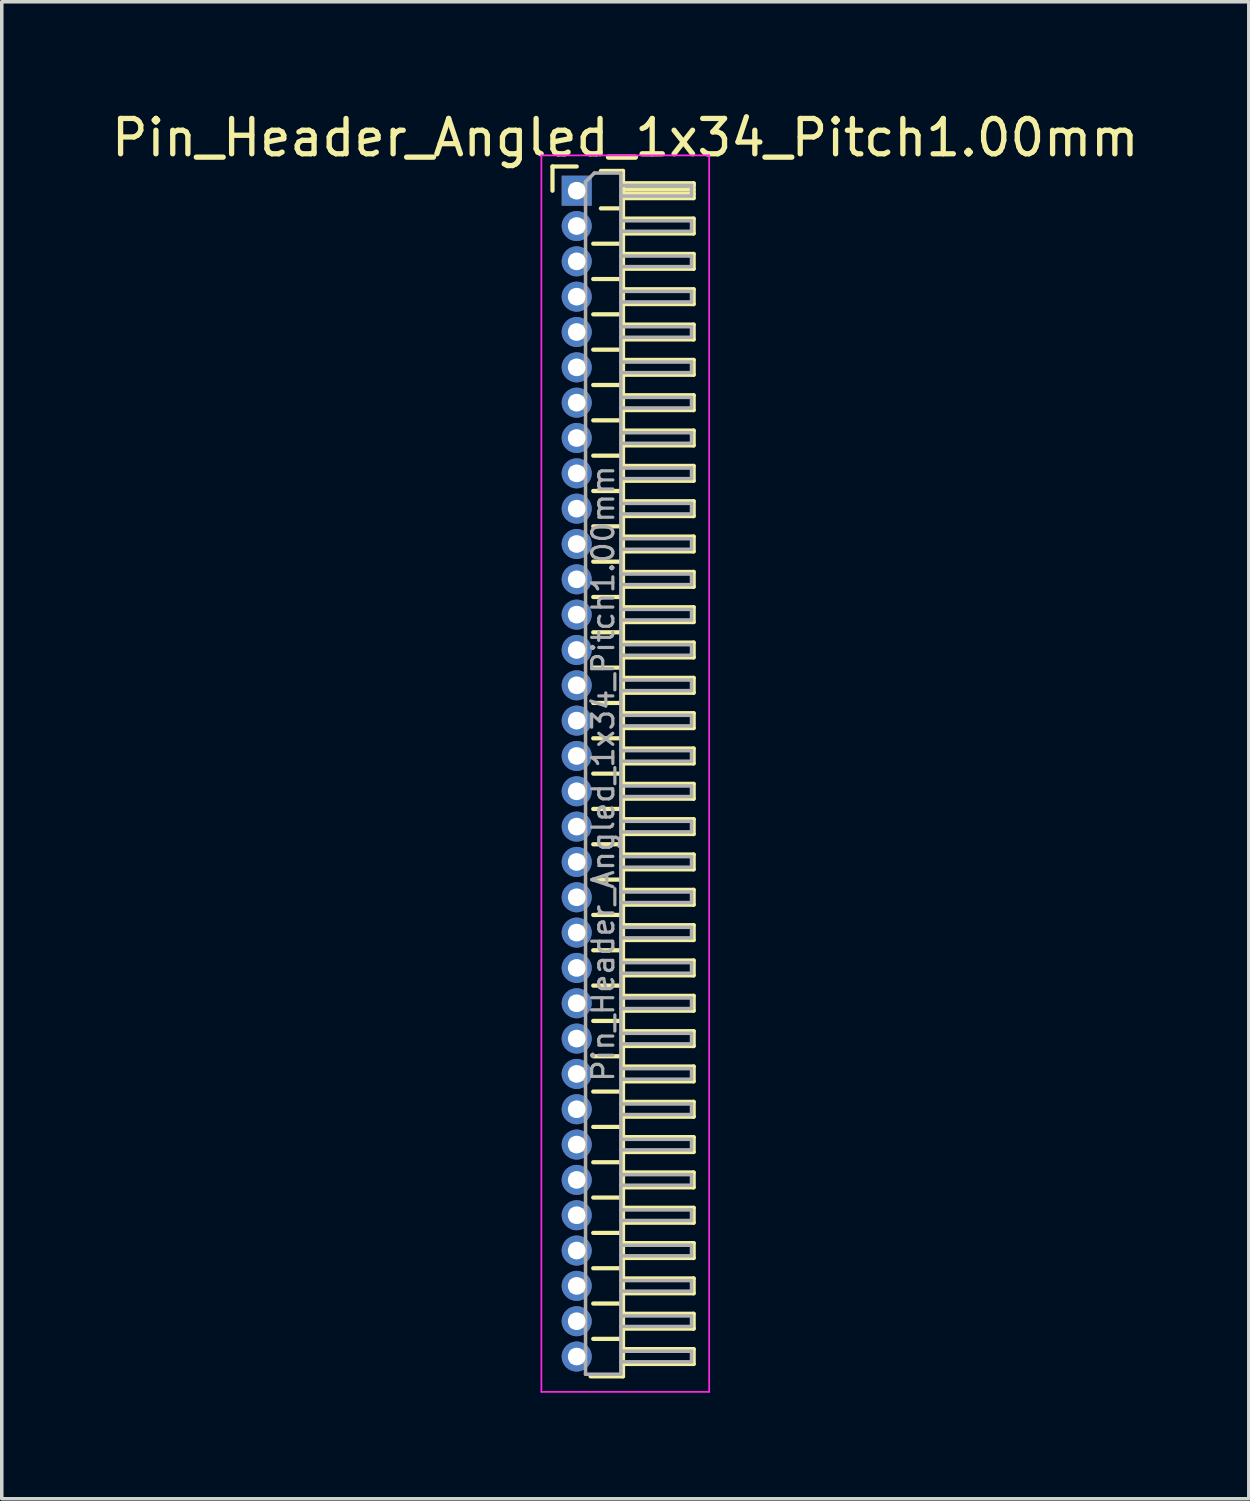
<source format=kicad_pcb>
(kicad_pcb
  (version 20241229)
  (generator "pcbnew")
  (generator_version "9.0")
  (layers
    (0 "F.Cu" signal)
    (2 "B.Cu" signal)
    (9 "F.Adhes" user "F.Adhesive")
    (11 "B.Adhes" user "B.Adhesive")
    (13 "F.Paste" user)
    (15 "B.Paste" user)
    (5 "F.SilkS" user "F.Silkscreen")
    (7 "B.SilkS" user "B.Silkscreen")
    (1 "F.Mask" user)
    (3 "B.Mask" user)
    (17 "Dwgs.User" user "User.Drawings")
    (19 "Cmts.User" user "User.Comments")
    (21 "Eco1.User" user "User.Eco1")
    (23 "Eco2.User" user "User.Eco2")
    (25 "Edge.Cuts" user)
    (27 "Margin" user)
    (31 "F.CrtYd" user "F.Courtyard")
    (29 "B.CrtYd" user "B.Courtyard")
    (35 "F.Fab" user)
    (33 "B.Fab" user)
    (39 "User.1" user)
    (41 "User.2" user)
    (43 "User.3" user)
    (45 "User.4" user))
  (footprint "Pin_Header_Angled_1x34_Pitch1.00mm"
    (layer "F.Cu")
    (at 13.274 2.348)
    (property "Reference" "Pin_Header_Angled_1x34_Pitch1.00mm" (at 1.375 -1.5 0) (layer "F.SilkS") (effects (font (size 1 1) (thickness 0.15))))
    (attr through_hole)
    (fp_line (start -0.685 -0.685) (end 0 -0.685) (stroke (width 0.12) (type solid)) (layer "F.SilkS"))
    (fp_line (start -0.685 0) (end -0.685 -0.685) (stroke (width 0.12) (type solid)) (layer "F.SilkS"))
    (fp_line (start 0.468 1.5) (end 1.31 1.5) (stroke (width 0.12) (type solid)) (layer "F.SilkS"))
    (fp_line (start 0.468 2.5) (end 1.31 2.5) (stroke (width 0.12) (type solid)) (layer "F.SilkS"))
    (fp_line (start 0.468 3.5) (end 1.31 3.5) (stroke (width 0.12) (type solid)) (layer "F.SilkS"))
    (fp_line (start 0.468 4.5) (end 1.31 4.5) (stroke (width 0.12) (type solid)) (layer "F.SilkS"))
    (fp_line (start 0.468 5.5) (end 1.31 5.5) (stroke (width 0.12) (type solid)) (layer "F.SilkS"))
    (fp_line (start 0.468 6.5) (end 1.31 6.5) (stroke (width 0.12) (type solid)) (layer "F.SilkS"))
    (fp_line (start 0.468 7.5) (end 1.31 7.5) (stroke (width 0.12) (type solid)) (layer "F.SilkS"))
    (fp_line (start 0.468 8.5) (end 1.31 8.5) (stroke (width 0.12) (type solid)) (layer "F.SilkS"))
    (fp_line (start 0.468 9.5) (end 1.31 9.5) (stroke (width 0.12) (type solid)) (layer "F.SilkS"))
    (fp_line (start 0.468 10.5) (end 1.31 10.5) (stroke (width 0.12) (type solid)) (layer "F.SilkS"))
    (fp_line (start 0.468 11.5) (end 1.31 11.5) (stroke (width 0.12) (type solid)) (layer "F.SilkS"))
    (fp_line (start 0.468 12.5) (end 1.31 12.5) (stroke (width 0.12) (type solid)) (layer "F.SilkS"))
    (fp_line (start 0.468 13.5) (end 1.31 13.5) (stroke (width 0.12) (type solid)) (layer "F.SilkS"))
    (fp_line (start 0.468 14.5) (end 1.31 14.5) (stroke (width 0.12) (type solid)) (layer "F.SilkS"))
    (fp_line (start 0.468 15.5) (end 1.31 15.5) (stroke (width 0.12) (type solid)) (layer "F.SilkS"))
    (fp_line (start 0.468 16.5) (end 1.31 16.5) (stroke (width 0.12) (type solid)) (layer "F.SilkS"))
    (fp_line (start 0.468 17.5) (end 1.31 17.5) (stroke (width 0.12) (type solid)) (layer "F.SilkS"))
    (fp_line (start 0.468 18.5) (end 1.31 18.5) (stroke (width 0.12) (type solid)) (layer "F.SilkS"))
    (fp_line (start 0.468 19.5) (end 1.31 19.5) (stroke (width 0.12) (type solid)) (layer "F.SilkS"))
    (fp_line (start 0.468 20.5) (end 1.31 20.5) (stroke (width 0.12) (type solid)) (layer "F.SilkS"))
    (fp_line (start 0.468 21.5) (end 1.31 21.5) (stroke (width 0.12) (type solid)) (layer "F.SilkS"))
    (fp_line (start 0.468 22.5) (end 1.31 22.5) (stroke (width 0.12) (type solid)) (layer "F.SilkS"))
    (fp_line (start 0.468 23.5) (end 1.31 23.5) (stroke (width 0.12) (type solid)) (layer "F.SilkS"))
    (fp_line (start 0.468 24.5) (end 1.31 24.5) (stroke (width 0.12) (type solid)) (layer "F.SilkS"))
    (fp_line (start 0.468 25.5) (end 1.31 25.5) (stroke (width 0.12) (type solid)) (layer "F.SilkS"))
    (fp_line (start 0.468 26.5) (end 1.31 26.5) (stroke (width 0.12) (type solid)) (layer "F.SilkS"))
    (fp_line (start 0.468 27.5) (end 1.31 27.5) (stroke (width 0.12) (type solid)) (layer "F.SilkS"))
    (fp_line (start 0.468 28.5) (end 1.31 28.5) (stroke (width 0.12) (type solid)) (layer "F.SilkS"))
    (fp_line (start 0.468 29.5) (end 1.31 29.5) (stroke (width 0.12) (type solid)) (layer "F.SilkS"))
    (fp_line (start 0.468 30.5) (end 1.31 30.5) (stroke (width 0.12) (type solid)) (layer "F.SilkS"))
    (fp_line (start 0.468 31.5) (end 1.31 31.5) (stroke (width 0.12) (type solid)) (layer "F.SilkS"))
    (fp_line (start 0.468 32.5) (end 1.31 32.5) (stroke (width 0.12) (type solid)) (layer "F.SilkS"))
    (fp_line (start 0.685 -0.56) (end 1.31 -0.56) (stroke (width 0.12) (type solid)) (layer "F.SilkS"))
    (fp_line (start 0.685 0.5) (end 1.31 0.5) (stroke (width 0.12) (type solid)) (layer "F.SilkS"))
    (fp_line (start 1.31 -0.56) (end 1.31 33.56) (stroke (width 0.12) (type solid)) (layer "F.SilkS"))
    (fp_line (start 1.31 -0.21) (end 3.31 -0.21) (stroke (width 0.12) (type solid)) (layer "F.SilkS"))
    (fp_line (start 1.31 -0.15) (end 3.31 -0.15) (stroke (width 0.12) (type solid)) (layer "F.SilkS"))
    (fp_line (start 1.31 -0.03) (end 3.31 -0.03) (stroke (width 0.12) (type solid)) (layer "F.SilkS"))
    (fp_line (start 1.31 0.09) (end 3.31 0.09) (stroke (width 0.12) (type solid)) (layer "F.SilkS"))
    (fp_line (start 1.31 0.79) (end 3.31 0.79) (stroke (width 0.12) (type solid)) (layer "F.SilkS"))
    (fp_line (start 1.31 1.79) (end 3.31 1.79) (stroke (width 0.12) (type solid)) (layer "F.SilkS"))
    (fp_line (start 1.31 2.79) (end 3.31 2.79) (stroke (width 0.12) (type solid)) (layer "F.SilkS"))
    (fp_line (start 1.31 3.79) (end 3.31 3.79) (stroke (width 0.12) (type solid)) (layer "F.SilkS"))
    (fp_line (start 1.31 4.79) (end 3.31 4.79) (stroke (width 0.12) (type solid)) (layer "F.SilkS"))
    (fp_line (start 1.31 5.79) (end 3.31 5.79) (stroke (width 0.12) (type solid)) (layer "F.SilkS"))
    (fp_line (start 1.31 6.79) (end 3.31 6.79) (stroke (width 0.12) (type solid)) (layer "F.SilkS"))
    (fp_line (start 1.31 7.79) (end 3.31 7.79) (stroke (width 0.12) (type solid)) (layer "F.SilkS"))
    (fp_line (start 1.31 8.79) (end 3.31 8.79) (stroke (width 0.12) (type solid)) (layer "F.SilkS"))
    (fp_line (start 1.31 9.79) (end 3.31 9.79) (stroke (width 0.12) (type solid)) (layer "F.SilkS"))
    (fp_line (start 1.31 10.79) (end 3.31 10.79) (stroke (width 0.12) (type solid)) (layer "F.SilkS"))
    (fp_line (start 1.31 11.79) (end 3.31 11.79) (stroke (width 0.12) (type solid)) (layer "F.SilkS"))
    (fp_line (start 1.31 12.79) (end 3.31 12.79) (stroke (width 0.12) (type solid)) (layer "F.SilkS"))
    (fp_line (start 1.31 13.79) (end 3.31 13.79) (stroke (width 0.12) (type solid)) (layer "F.SilkS"))
    (fp_line (start 1.31 14.79) (end 3.31 14.79) (stroke (width 0.12) (type solid)) (layer "F.SilkS"))
    (fp_line (start 1.31 15.79) (end 3.31 15.79) (stroke (width 0.12) (type solid)) (layer "F.SilkS"))
    (fp_line (start 1.31 16.79) (end 3.31 16.79) (stroke (width 0.12) (type solid)) (layer "F.SilkS"))
    (fp_line (start 1.31 17.79) (end 3.31 17.79) (stroke (width 0.12) (type solid)) (layer "F.SilkS"))
    (fp_line (start 1.31 18.79) (end 3.31 18.79) (stroke (width 0.12) (type solid)) (layer "F.SilkS"))
    (fp_line (start 1.31 19.79) (end 3.31 19.79) (stroke (width 0.12) (type solid)) (layer "F.SilkS"))
    (fp_line (start 1.31 20.79) (end 3.31 20.79) (stroke (width 0.12) (type solid)) (layer "F.SilkS"))
    (fp_line (start 1.31 21.79) (end 3.31 21.79) (stroke (width 0.12) (type solid)) (layer "F.SilkS"))
    (fp_line (start 1.31 22.79) (end 3.31 22.79) (stroke (width 0.12) (type solid)) (layer "F.SilkS"))
    (fp_line (start 1.31 23.79) (end 3.31 23.79) (stroke (width 0.12) (type solid)) (layer "F.SilkS"))
    (fp_line (start 1.31 24.79) (end 3.31 24.79) (stroke (width 0.12) (type solid)) (layer "F.SilkS"))
    (fp_line (start 1.31 25.79) (end 3.31 25.79) (stroke (width 0.12) (type solid)) (layer "F.SilkS"))
    (fp_line (start 1.31 26.79) (end 3.31 26.79) (stroke (width 0.12) (type solid)) (layer "F.SilkS"))
    (fp_line (start 1.31 27.79) (end 3.31 27.79) (stroke (width 0.12) (type solid)) (layer "F.SilkS"))
    (fp_line (start 1.31 28.79) (end 3.31 28.79) (stroke (width 0.12) (type solid)) (layer "F.SilkS"))
    (fp_line (start 1.31 29.79) (end 3.31 29.79) (stroke (width 0.12) (type solid)) (layer "F.SilkS"))
    (fp_line (start 1.31 30.79) (end 3.31 30.79) (stroke (width 0.12) (type solid)) (layer "F.SilkS"))
    (fp_line (start 1.31 31.79) (end 3.31 31.79) (stroke (width 0.12) (type solid)) (layer "F.SilkS"))
    (fp_line (start 1.31 32.79) (end 3.31 32.79) (stroke (width 0.12) (type solid)) (layer "F.SilkS"))
    (fp_line (start 1.31 33.56) (end 0.394 33.56) (stroke (width 0.12) (type solid)) (layer "F.SilkS"))
    (fp_line (start 3.31 -0.21) (end 3.31 0.21) (stroke (width 0.12) (type solid)) (layer "F.SilkS"))
    (fp_line (start 3.31 0.21) (end 1.31 0.21) (stroke (width 0.12) (type solid)) (layer "F.SilkS"))
    (fp_line (start 3.31 0.79) (end 3.31 1.21) (stroke (width 0.12) (type solid)) (layer "F.SilkS"))
    (fp_line (start 3.31 1.21) (end 1.31 1.21) (stroke (width 0.12) (type solid)) (layer "F.SilkS"))
    (fp_line (start 3.31 1.79) (end 3.31 2.21) (stroke (width 0.12) (type solid)) (layer "F.SilkS"))
    (fp_line (start 3.31 2.21) (end 1.31 2.21) (stroke (width 0.12) (type solid)) (layer "F.SilkS"))
    (fp_line (start 3.31 2.79) (end 3.31 3.21) (stroke (width 0.12) (type solid)) (layer "F.SilkS"))
    (fp_line (start 3.31 3.21) (end 1.31 3.21) (stroke (width 0.12) (type solid)) (layer "F.SilkS"))
    (fp_line (start 3.31 3.79) (end 3.31 4.21) (stroke (width 0.12) (type solid)) (layer "F.SilkS"))
    (fp_line (start 3.31 4.21) (end 1.31 4.21) (stroke (width 0.12) (type solid)) (layer "F.SilkS"))
    (fp_line (start 3.31 4.79) (end 3.31 5.21) (stroke (width 0.12) (type solid)) (layer "F.SilkS"))
    (fp_line (start 3.31 5.21) (end 1.31 5.21) (stroke (width 0.12) (type solid)) (layer "F.SilkS"))
    (fp_line (start 3.31 5.79) (end 3.31 6.21) (stroke (width 0.12) (type solid)) (layer "F.SilkS"))
    (fp_line (start 3.31 6.21) (end 1.31 6.21) (stroke (width 0.12) (type solid)) (layer "F.SilkS"))
    (fp_line (start 3.31 6.79) (end 3.31 7.21) (stroke (width 0.12) (type solid)) (layer "F.SilkS"))
    (fp_line (start 3.31 7.21) (end 1.31 7.21) (stroke (width 0.12) (type solid)) (layer "F.SilkS"))
    (fp_line (start 3.31 7.79) (end 3.31 8.21) (stroke (width 0.12) (type solid)) (layer "F.SilkS"))
    (fp_line (start 3.31 8.21) (end 1.31 8.21) (stroke (width 0.12) (type solid)) (layer "F.SilkS"))
    (fp_line (start 3.31 8.79) (end 3.31 9.21) (stroke (width 0.12) (type solid)) (layer "F.SilkS"))
    (fp_line (start 3.31 9.21) (end 1.31 9.21) (stroke (width 0.12) (type solid)) (layer "F.SilkS"))
    (fp_line (start 3.31 9.79) (end 3.31 10.21) (stroke (width 0.12) (type solid)) (layer "F.SilkS"))
    (fp_line (start 3.31 10.21) (end 1.31 10.21) (stroke (width 0.12) (type solid)) (layer "F.SilkS"))
    (fp_line (start 3.31 10.79) (end 3.31 11.21) (stroke (width 0.12) (type solid)) (layer "F.SilkS"))
    (fp_line (start 3.31 11.21) (end 1.31 11.21) (stroke (width 0.12) (type solid)) (layer "F.SilkS"))
    (fp_line (start 3.31 11.79) (end 3.31 12.21) (stroke (width 0.12) (type solid)) (layer "F.SilkS"))
    (fp_line (start 3.31 12.21) (end 1.31 12.21) (stroke (width 0.12) (type solid)) (layer "F.SilkS"))
    (fp_line (start 3.31 12.79) (end 3.31 13.21) (stroke (width 0.12) (type solid)) (layer "F.SilkS"))
    (fp_line (start 3.31 13.21) (end 1.31 13.21) (stroke (width 0.12) (type solid)) (layer "F.SilkS"))
    (fp_line (start 3.31 13.79) (end 3.31 14.21) (stroke (width 0.12) (type solid)) (layer "F.SilkS"))
    (fp_line (start 3.31 14.21) (end 1.31 14.21) (stroke (width 0.12) (type solid)) (layer "F.SilkS"))
    (fp_line (start 3.31 14.79) (end 3.31 15.21) (stroke (width 0.12) (type solid)) (layer "F.SilkS"))
    (fp_line (start 3.31 15.21) (end 1.31 15.21) (stroke (width 0.12) (type solid)) (layer "F.SilkS"))
    (fp_line (start 3.31 15.79) (end 3.31 16.21) (stroke (width 0.12) (type solid)) (layer "F.SilkS"))
    (fp_line (start 3.31 16.21) (end 1.31 16.21) (stroke (width 0.12) (type solid)) (layer "F.SilkS"))
    (fp_line (start 3.31 16.79) (end 3.31 17.21) (stroke (width 0.12) (type solid)) (layer "F.SilkS"))
    (fp_line (start 3.31 17.21) (end 1.31 17.21) (stroke (width 0.12) (type solid)) (layer "F.SilkS"))
    (fp_line (start 3.31 17.79) (end 3.31 18.21) (stroke (width 0.12) (type solid)) (layer "F.SilkS"))
    (fp_line (start 3.31 18.21) (end 1.31 18.21) (stroke (width 0.12) (type solid)) (layer "F.SilkS"))
    (fp_line (start 3.31 18.79) (end 3.31 19.21) (stroke (width 0.12) (type solid)) (layer "F.SilkS"))
    (fp_line (start 3.31 19.21) (end 1.31 19.21) (stroke (width 0.12) (type solid)) (layer "F.SilkS"))
    (fp_line (start 3.31 19.79) (end 3.31 20.21) (stroke (width 0.12) (type solid)) (layer "F.SilkS"))
    (fp_line (start 3.31 20.21) (end 1.31 20.21) (stroke (width 0.12) (type solid)) (layer "F.SilkS"))
    (fp_line (start 3.31 20.79) (end 3.31 21.21) (stroke (width 0.12) (type solid)) (layer "F.SilkS"))
    (fp_line (start 3.31 21.21) (end 1.31 21.21) (stroke (width 0.12) (type solid)) (layer "F.SilkS"))
    (fp_line (start 3.31 21.79) (end 3.31 22.21) (stroke (width 0.12) (type solid)) (layer "F.SilkS"))
    (fp_line (start 3.31 22.21) (end 1.31 22.21) (stroke (width 0.12) (type solid)) (layer "F.SilkS"))
    (fp_line (start 3.31 22.79) (end 3.31 23.21) (stroke (width 0.12) (type solid)) (layer "F.SilkS"))
    (fp_line (start 3.31 23.21) (end 1.31 23.21) (stroke (width 0.12) (type solid)) (layer "F.SilkS"))
    (fp_line (start 3.31 23.79) (end 3.31 24.21) (stroke (width 0.12) (type solid)) (layer "F.SilkS"))
    (fp_line (start 3.31 24.21) (end 1.31 24.21) (stroke (width 0.12) (type solid)) (layer "F.SilkS"))
    (fp_line (start 3.31 24.79) (end 3.31 25.21) (stroke (width 0.12) (type solid)) (layer "F.SilkS"))
    (fp_line (start 3.31 25.21) (end 1.31 25.21) (stroke (width 0.12) (type solid)) (layer "F.SilkS"))
    (fp_line (start 3.31 25.79) (end 3.31 26.21) (stroke (width 0.12) (type solid)) (layer "F.SilkS"))
    (fp_line (start 3.31 26.21) (end 1.31 26.21) (stroke (width 0.12) (type solid)) (layer "F.SilkS"))
    (fp_line (start 3.31 26.79) (end 3.31 27.21) (stroke (width 0.12) (type solid)) (layer "F.SilkS"))
    (fp_line (start 3.31 27.21) (end 1.31 27.21) (stroke (width 0.12) (type solid)) (layer "F.SilkS"))
    (fp_line (start 3.31 27.79) (end 3.31 28.21) (stroke (width 0.12) (type solid)) (layer "F.SilkS"))
    (fp_line (start 3.31 28.21) (end 1.31 28.21) (stroke (width 0.12) (type solid)) (layer "F.SilkS"))
    (fp_line (start 3.31 28.79) (end 3.31 29.21) (stroke (width 0.12) (type solid)) (layer "F.SilkS"))
    (fp_line (start 3.31 29.21) (end 1.31 29.21) (stroke (width 0.12) (type solid)) (layer "F.SilkS"))
    (fp_line (start 3.31 29.79) (end 3.31 30.21) (stroke (width 0.12) (type solid)) (layer "F.SilkS"))
    (fp_line (start 3.31 30.21) (end 1.31 30.21) (stroke (width 0.12) (type solid)) (layer "F.SilkS"))
    (fp_line (start 3.31 30.79) (end 3.31 31.21) (stroke (width 0.12) (type solid)) (layer "F.SilkS"))
    (fp_line (start 3.31 31.21) (end 1.31 31.21) (stroke (width 0.12) (type solid)) (layer "F.SilkS"))
    (fp_line (start 3.31 31.79) (end 3.31 32.21) (stroke (width 0.12) (type solid)) (layer "F.SilkS"))
    (fp_line (start 3.31 32.21) (end 1.31 32.21) (stroke (width 0.12) (type solid)) (layer "F.SilkS"))
    (fp_line (start 3.31 32.79) (end 3.31 33.21) (stroke (width 0.12) (type solid)) (layer "F.SilkS"))
    (fp_line (start 3.31 33.21) (end 1.31 33.21) (stroke (width 0.12) (type solid)) (layer "F.SilkS"))
    (fp_line (start -1 -1) (end -1 34) (stroke (width 0.05) (type solid)) (layer "F.CrtYd"))
    (fp_line (start -1 34) (end 3.75 34) (stroke (width 0.05) (type solid)) (layer "F.CrtYd"))
    (fp_line (start 3.75 -1) (end -1 -1) (stroke (width 0.05) (type solid)) (layer "F.CrtYd"))
    (fp_line (start 3.75 34) (end 3.75 -1) (stroke (width 0.05) (type solid)) (layer "F.CrtYd"))
    (fp_line (start -0.15 -0.15) (end -0.15 0.15) (stroke (width 0.1) (type solid)) (layer "F.Fab"))
    (fp_line (start -0.15 -0.15) (end 0.25 -0.15) (stroke (width 0.1) (type solid)) (layer "F.Fab"))
    (fp_line (start -0.15 0.15) (end 0.25 0.15) (stroke (width 0.1) (type solid)) (layer "F.Fab"))
    (fp_line (start -0.15 0.85) (end -0.15 1.15) (stroke (width 0.1) (type solid)) (layer "F.Fab"))
    (fp_line (start -0.15 0.85) (end 0.25 0.85) (stroke (width 0.1) (type solid)) (layer "F.Fab"))
    (fp_line (start -0.15 1.15) (end 0.25 1.15) (stroke (width 0.1) (type solid)) (layer "F.Fab"))
    (fp_line (start -0.15 1.85) (end -0.15 2.15) (stroke (width 0.1) (type solid)) (layer "F.Fab"))
    (fp_line (start -0.15 1.85) (end 0.25 1.85) (stroke (width 0.1) (type solid)) (layer "F.Fab"))
    (fp_line (start -0.15 2.15) (end 0.25 2.15) (stroke (width 0.1) (type solid)) (layer "F.Fab"))
    (fp_line (start -0.15 2.85) (end -0.15 3.15) (stroke (width 0.1) (type solid)) (layer "F.Fab"))
    (fp_line (start -0.15 2.85) (end 0.25 2.85) (stroke (width 0.1) (type solid)) (layer "F.Fab"))
    (fp_line (start -0.15 3.15) (end 0.25 3.15) (stroke (width 0.1) (type solid)) (layer "F.Fab"))
    (fp_line (start -0.15 3.85) (end -0.15 4.15) (stroke (width 0.1) (type solid)) (layer "F.Fab"))
    (fp_line (start -0.15 3.85) (end 0.25 3.85) (stroke (width 0.1) (type solid)) (layer "F.Fab"))
    (fp_line (start -0.15 4.15) (end 0.25 4.15) (stroke (width 0.1) (type solid)) (layer "F.Fab"))
    (fp_line (start -0.15 4.85) (end -0.15 5.15) (stroke (width 0.1) (type solid)) (layer "F.Fab"))
    (fp_line (start -0.15 4.85) (end 0.25 4.85) (stroke (width 0.1) (type solid)) (layer "F.Fab"))
    (fp_line (start -0.15 5.15) (end 0.25 5.15) (stroke (width 0.1) (type solid)) (layer "F.Fab"))
    (fp_line (start -0.15 5.85) (end -0.15 6.15) (stroke (width 0.1) (type solid)) (layer "F.Fab"))
    (fp_line (start -0.15 5.85) (end 0.25 5.85) (stroke (width 0.1) (type solid)) (layer "F.Fab"))
    (fp_line (start -0.15 6.15) (end 0.25 6.15) (stroke (width 0.1) (type solid)) (layer "F.Fab"))
    (fp_line (start -0.15 6.85) (end -0.15 7.15) (stroke (width 0.1) (type solid)) (layer "F.Fab"))
    (fp_line (start -0.15 6.85) (end 0.25 6.85) (stroke (width 0.1) (type solid)) (layer "F.Fab"))
    (fp_line (start -0.15 7.15) (end 0.25 7.15) (stroke (width 0.1) (type solid)) (layer "F.Fab"))
    (fp_line (start -0.15 7.85) (end -0.15 8.15) (stroke (width 0.1) (type solid)) (layer "F.Fab"))
    (fp_line (start -0.15 7.85) (end 0.25 7.85) (stroke (width 0.1) (type solid)) (layer "F.Fab"))
    (fp_line (start -0.15 8.15) (end 0.25 8.15) (stroke (width 0.1) (type solid)) (layer "F.Fab"))
    (fp_line (start -0.15 8.85) (end -0.15 9.15) (stroke (width 0.1) (type solid)) (layer "F.Fab"))
    (fp_line (start -0.15 8.85) (end 0.25 8.85) (stroke (width 0.1) (type solid)) (layer "F.Fab"))
    (fp_line (start -0.15 9.15) (end 0.25 9.15) (stroke (width 0.1) (type solid)) (layer "F.Fab"))
    (fp_line (start -0.15 9.85) (end -0.15 10.15) (stroke (width 0.1) (type solid)) (layer "F.Fab"))
    (fp_line (start -0.15 9.85) (end 0.25 9.85) (stroke (width 0.1) (type solid)) (layer "F.Fab"))
    (fp_line (start -0.15 10.15) (end 0.25 10.15) (stroke (width 0.1) (type solid)) (layer "F.Fab"))
    (fp_line (start -0.15 10.85) (end -0.15 11.15) (stroke (width 0.1) (type solid)) (layer "F.Fab"))
    (fp_line (start -0.15 10.85) (end 0.25 10.85) (stroke (width 0.1) (type solid)) (layer "F.Fab"))
    (fp_line (start -0.15 11.15) (end 0.25 11.15) (stroke (width 0.1) (type solid)) (layer "F.Fab"))
    (fp_line (start -0.15 11.85) (end -0.15 12.15) (stroke (width 0.1) (type solid)) (layer "F.Fab"))
    (fp_line (start -0.15 11.85) (end 0.25 11.85) (stroke (width 0.1) (type solid)) (layer "F.Fab"))
    (fp_line (start -0.15 12.15) (end 0.25 12.15) (stroke (width 0.1) (type solid)) (layer "F.Fab"))
    (fp_line (start -0.15 12.85) (end -0.15 13.15) (stroke (width 0.1) (type solid)) (layer "F.Fab"))
    (fp_line (start -0.15 12.85) (end 0.25 12.85) (stroke (width 0.1) (type solid)) (layer "F.Fab"))
    (fp_line (start -0.15 13.15) (end 0.25 13.15) (stroke (width 0.1) (type solid)) (layer "F.Fab"))
    (fp_line (start -0.15 13.85) (end -0.15 14.15) (stroke (width 0.1) (type solid)) (layer "F.Fab"))
    (fp_line (start -0.15 13.85) (end 0.25 13.85) (stroke (width 0.1) (type solid)) (layer "F.Fab"))
    (fp_line (start -0.15 14.15) (end 0.25 14.15) (stroke (width 0.1) (type solid)) (layer "F.Fab"))
    (fp_line (start -0.15 14.85) (end -0.15 15.15) (stroke (width 0.1) (type solid)) (layer "F.Fab"))
    (fp_line (start -0.15 14.85) (end 0.25 14.85) (stroke (width 0.1) (type solid)) (layer "F.Fab"))
    (fp_line (start -0.15 15.15) (end 0.25 15.15) (stroke (width 0.1) (type solid)) (layer "F.Fab"))
    (fp_line (start -0.15 15.85) (end -0.15 16.15) (stroke (width 0.1) (type solid)) (layer "F.Fab"))
    (fp_line (start -0.15 15.85) (end 0.25 15.85) (stroke (width 0.1) (type solid)) (layer "F.Fab"))
    (fp_line (start -0.15 16.15) (end 0.25 16.15) (stroke (width 0.1) (type solid)) (layer "F.Fab"))
    (fp_line (start -0.15 16.85) (end -0.15 17.15) (stroke (width 0.1) (type solid)) (layer "F.Fab"))
    (fp_line (start -0.15 16.85) (end 0.25 16.85) (stroke (width 0.1) (type solid)) (layer "F.Fab"))
    (fp_line (start -0.15 17.15) (end 0.25 17.15) (stroke (width 0.1) (type solid)) (layer "F.Fab"))
    (fp_line (start -0.15 17.85) (end -0.15 18.15) (stroke (width 0.1) (type solid)) (layer "F.Fab"))
    (fp_line (start -0.15 17.85) (end 0.25 17.85) (stroke (width 0.1) (type solid)) (layer "F.Fab"))
    (fp_line (start -0.15 18.15) (end 0.25 18.15) (stroke (width 0.1) (type solid)) (layer "F.Fab"))
    (fp_line (start -0.15 18.85) (end -0.15 19.15) (stroke (width 0.1) (type solid)) (layer "F.Fab"))
    (fp_line (start -0.15 18.85) (end 0.25 18.85) (stroke (width 0.1) (type solid)) (layer "F.Fab"))
    (fp_line (start -0.15 19.15) (end 0.25 19.15) (stroke (width 0.1) (type solid)) (layer "F.Fab"))
    (fp_line (start -0.15 19.85) (end -0.15 20.15) (stroke (width 0.1) (type solid)) (layer "F.Fab"))
    (fp_line (start -0.15 19.85) (end 0.25 19.85) (stroke (width 0.1) (type solid)) (layer "F.Fab"))
    (fp_line (start -0.15 20.15) (end 0.25 20.15) (stroke (width 0.1) (type solid)) (layer "F.Fab"))
    (fp_line (start -0.15 20.85) (end -0.15 21.15) (stroke (width 0.1) (type solid)) (layer "F.Fab"))
    (fp_line (start -0.15 20.85) (end 0.25 20.85) (stroke (width 0.1) (type solid)) (layer "F.Fab"))
    (fp_line (start -0.15 21.15) (end 0.25 21.15) (stroke (width 0.1) (type solid)) (layer "F.Fab"))
    (fp_line (start -0.15 21.85) (end -0.15 22.15) (stroke (width 0.1) (type solid)) (layer "F.Fab"))
    (fp_line (start -0.15 21.85) (end 0.25 21.85) (stroke (width 0.1) (type solid)) (layer "F.Fab"))
    (fp_line (start -0.15 22.15) (end 0.25 22.15) (stroke (width 0.1) (type solid)) (layer "F.Fab"))
    (fp_line (start -0.15 22.85) (end -0.15 23.15) (stroke (width 0.1) (type solid)) (layer "F.Fab"))
    (fp_line (start -0.15 22.85) (end 0.25 22.85) (stroke (width 0.1) (type solid)) (layer "F.Fab"))
    (fp_line (start -0.15 23.15) (end 0.25 23.15) (stroke (width 0.1) (type solid)) (layer "F.Fab"))
    (fp_line (start -0.15 23.85) (end -0.15 24.15) (stroke (width 0.1) (type solid)) (layer "F.Fab"))
    (fp_line (start -0.15 23.85) (end 0.25 23.85) (stroke (width 0.1) (type solid)) (layer "F.Fab"))
    (fp_line (start -0.15 24.15) (end 0.25 24.15) (stroke (width 0.1) (type solid)) (layer "F.Fab"))
    (fp_line (start -0.15 24.85) (end -0.15 25.15) (stroke (width 0.1) (type solid)) (layer "F.Fab"))
    (fp_line (start -0.15 24.85) (end 0.25 24.85) (stroke (width 0.1) (type solid)) (layer "F.Fab"))
    (fp_line (start -0.15 25.15) (end 0.25 25.15) (stroke (width 0.1) (type solid)) (layer "F.Fab"))
    (fp_line (start -0.15 25.85) (end -0.15 26.15) (stroke (width 0.1) (type solid)) (layer "F.Fab"))
    (fp_line (start -0.15 25.85) (end 0.25 25.85) (stroke (width 0.1) (type solid)) (layer "F.Fab"))
    (fp_line (start -0.15 26.15) (end 0.25 26.15) (stroke (width 0.1) (type solid)) (layer "F.Fab"))
    (fp_line (start -0.15 26.85) (end -0.15 27.15) (stroke (width 0.1) (type solid)) (layer "F.Fab"))
    (fp_line (start -0.15 26.85) (end 0.25 26.85) (stroke (width 0.1) (type solid)) (layer "F.Fab"))
    (fp_line (start -0.15 27.15) (end 0.25 27.15) (stroke (width 0.1) (type solid)) (layer "F.Fab"))
    (fp_line (start -0.15 27.85) (end -0.15 28.15) (stroke (width 0.1) (type solid)) (layer "F.Fab"))
    (fp_line (start -0.15 27.85) (end 0.25 27.85) (stroke (width 0.1) (type solid)) (layer "F.Fab"))
    (fp_line (start -0.15 28.15) (end 0.25 28.15) (stroke (width 0.1) (type solid)) (layer "F.Fab"))
    (fp_line (start -0.15 28.85) (end -0.15 29.15) (stroke (width 0.1) (type solid)) (layer "F.Fab"))
    (fp_line (start -0.15 28.85) (end 0.25 28.85) (stroke (width 0.1) (type solid)) (layer "F.Fab"))
    (fp_line (start -0.15 29.15) (end 0.25 29.15) (stroke (width 0.1) (type solid)) (layer "F.Fab"))
    (fp_line (start -0.15 29.85) (end -0.15 30.15) (stroke (width 0.1) (type solid)) (layer "F.Fab"))
    (fp_line (start -0.15 29.85) (end 0.25 29.85) (stroke (width 0.1) (type solid)) (layer "F.Fab"))
    (fp_line (start -0.15 30.15) (end 0.25 30.15) (stroke (width 0.1) (type solid)) (layer "F.Fab"))
    (fp_line (start -0.15 30.85) (end -0.15 31.15) (stroke (width 0.1) (type solid)) (layer "F.Fab"))
    (fp_line (start -0.15 30.85) (end 0.25 30.85) (stroke (width 0.1) (type solid)) (layer "F.Fab"))
    (fp_line (start -0.15 31.15) (end 0.25 31.15) (stroke (width 0.1) (type solid)) (layer "F.Fab"))
    (fp_line (start -0.15 31.85) (end -0.15 32.15) (stroke (width 0.1) (type solid)) (layer "F.Fab"))
    (fp_line (start -0.15 31.85) (end 0.25 31.85) (stroke (width 0.1) (type solid)) (layer "F.Fab"))
    (fp_line (start -0.15 32.15) (end 0.25 32.15) (stroke (width 0.1) (type solid)) (layer "F.Fab"))
    (fp_line (start -0.15 32.85) (end -0.15 33.15) (stroke (width 0.1) (type solid)) (layer "F.Fab"))
    (fp_line (start -0.15 32.85) (end 0.25 32.85) (stroke (width 0.1) (type solid)) (layer "F.Fab"))
    (fp_line (start -0.15 33.15) (end 0.25 33.15) (stroke (width 0.1) (type solid)) (layer "F.Fab"))
    (fp_line (start 0.25 -0.25) (end 0.5 -0.5) (stroke (width 0.1) (type solid)) (layer "F.Fab"))
    (fp_line (start 0.25 33.5) (end 0.25 -0.25) (stroke (width 0.1) (type solid)) (layer "F.Fab"))
    (fp_line (start 0.5 -0.5) (end 1.25 -0.5) (stroke (width 0.1) (type solid)) (layer "F.Fab"))
    (fp_line (start 1.25 -0.5) (end 1.25 33.5) (stroke (width 0.1) (type solid)) (layer "F.Fab"))
    (fp_line (start 1.25 -0.15) (end 3.25 -0.15) (stroke (width 0.1) (type solid)) (layer "F.Fab"))
    (fp_line (start 1.25 0.15) (end 3.25 0.15) (stroke (width 0.1) (type solid)) (layer "F.Fab"))
    (fp_line (start 1.25 0.85) (end 3.25 0.85) (stroke (width 0.1) (type solid)) (layer "F.Fab"))
    (fp_line (start 1.25 1.15) (end 3.25 1.15) (stroke (width 0.1) (type solid)) (layer "F.Fab"))
    (fp_line (start 1.25 1.85) (end 3.25 1.85) (stroke (width 0.1) (type solid)) (layer "F.Fab"))
    (fp_line (start 1.25 2.15) (end 3.25 2.15) (stroke (width 0.1) (type solid)) (layer "F.Fab"))
    (fp_line (start 1.25 2.85) (end 3.25 2.85) (stroke (width 0.1) (type solid)) (layer "F.Fab"))
    (fp_line (start 1.25 3.15) (end 3.25 3.15) (stroke (width 0.1) (type solid)) (layer "F.Fab"))
    (fp_line (start 1.25 3.85) (end 3.25 3.85) (stroke (width 0.1) (type solid)) (layer "F.Fab"))
    (fp_line (start 1.25 4.15) (end 3.25 4.15) (stroke (width 0.1) (type solid)) (layer "F.Fab"))
    (fp_line (start 1.25 4.85) (end 3.25 4.85) (stroke (width 0.1) (type solid)) (layer "F.Fab"))
    (fp_line (start 1.25 5.15) (end 3.25 5.15) (stroke (width 0.1) (type solid)) (layer "F.Fab"))
    (fp_line (start 1.25 5.85) (end 3.25 5.85) (stroke (width 0.1) (type solid)) (layer "F.Fab"))
    (fp_line (start 1.25 6.15) (end 3.25 6.15) (stroke (width 0.1) (type solid)) (layer "F.Fab"))
    (fp_line (start 1.25 6.85) (end 3.25 6.85) (stroke (width 0.1) (type solid)) (layer "F.Fab"))
    (fp_line (start 1.25 7.15) (end 3.25 7.15) (stroke (width 0.1) (type solid)) (layer "F.Fab"))
    (fp_line (start 1.25 7.85) (end 3.25 7.85) (stroke (width 0.1) (type solid)) (layer "F.Fab"))
    (fp_line (start 1.25 8.15) (end 3.25 8.15) (stroke (width 0.1) (type solid)) (layer "F.Fab"))
    (fp_line (start 1.25 8.85) (end 3.25 8.85) (stroke (width 0.1) (type solid)) (layer "F.Fab"))
    (fp_line (start 1.25 9.15) (end 3.25 9.15) (stroke (width 0.1) (type solid)) (layer "F.Fab"))
    (fp_line (start 1.25 9.85) (end 3.25 9.85) (stroke (width 0.1) (type solid)) (layer "F.Fab"))
    (fp_line (start 1.25 10.15) (end 3.25 10.15) (stroke (width 0.1) (type solid)) (layer "F.Fab"))
    (fp_line (start 1.25 10.85) (end 3.25 10.85) (stroke (width 0.1) (type solid)) (layer "F.Fab"))
    (fp_line (start 1.25 11.15) (end 3.25 11.15) (stroke (width 0.1) (type solid)) (layer "F.Fab"))
    (fp_line (start 1.25 11.85) (end 3.25 11.85) (stroke (width 0.1) (type solid)) (layer "F.Fab"))
    (fp_line (start 1.25 12.15) (end 3.25 12.15) (stroke (width 0.1) (type solid)) (layer "F.Fab"))
    (fp_line (start 1.25 12.85) (end 3.25 12.85) (stroke (width 0.1) (type solid)) (layer "F.Fab"))
    (fp_line (start 1.25 13.15) (end 3.25 13.15) (stroke (width 0.1) (type solid)) (layer "F.Fab"))
    (fp_line (start 1.25 13.85) (end 3.25 13.85) (stroke (width 0.1) (type solid)) (layer "F.Fab"))
    (fp_line (start 1.25 14.15) (end 3.25 14.15) (stroke (width 0.1) (type solid)) (layer "F.Fab"))
    (fp_line (start 1.25 14.85) (end 3.25 14.85) (stroke (width 0.1) (type solid)) (layer "F.Fab"))
    (fp_line (start 1.25 15.15) (end 3.25 15.15) (stroke (width 0.1) (type solid)) (layer "F.Fab"))
    (fp_line (start 1.25 15.85) (end 3.25 15.85) (stroke (width 0.1) (type solid)) (layer "F.Fab"))
    (fp_line (start 1.25 16.15) (end 3.25 16.15) (stroke (width 0.1) (type solid)) (layer "F.Fab"))
    (fp_line (start 1.25 16.85) (end 3.25 16.85) (stroke (width 0.1) (type solid)) (layer "F.Fab"))
    (fp_line (start 1.25 17.15) (end 3.25 17.15) (stroke (width 0.1) (type solid)) (layer "F.Fab"))
    (fp_line (start 1.25 17.85) (end 3.25 17.85) (stroke (width 0.1) (type solid)) (layer "F.Fab"))
    (fp_line (start 1.25 18.15) (end 3.25 18.15) (stroke (width 0.1) (type solid)) (layer "F.Fab"))
    (fp_line (start 1.25 18.85) (end 3.25 18.85) (stroke (width 0.1) (type solid)) (layer "F.Fab"))
    (fp_line (start 1.25 19.15) (end 3.25 19.15) (stroke (width 0.1) (type solid)) (layer "F.Fab"))
    (fp_line (start 1.25 19.85) (end 3.25 19.85) (stroke (width 0.1) (type solid)) (layer "F.Fab"))
    (fp_line (start 1.25 20.15) (end 3.25 20.15) (stroke (width 0.1) (type solid)) (layer "F.Fab"))
    (fp_line (start 1.25 20.85) (end 3.25 20.85) (stroke (width 0.1) (type solid)) (layer "F.Fab"))
    (fp_line (start 1.25 21.15) (end 3.25 21.15) (stroke (width 0.1) (type solid)) (layer "F.Fab"))
    (fp_line (start 1.25 21.85) (end 3.25 21.85) (stroke (width 0.1) (type solid)) (layer "F.Fab"))
    (fp_line (start 1.25 22.15) (end 3.25 22.15) (stroke (width 0.1) (type solid)) (layer "F.Fab"))
    (fp_line (start 1.25 22.85) (end 3.25 22.85) (stroke (width 0.1) (type solid)) (layer "F.Fab"))
    (fp_line (start 1.25 23.15) (end 3.25 23.15) (stroke (width 0.1) (type solid)) (layer "F.Fab"))
    (fp_line (start 1.25 23.85) (end 3.25 23.85) (stroke (width 0.1) (type solid)) (layer "F.Fab"))
    (fp_line (start 1.25 24.15) (end 3.25 24.15) (stroke (width 0.1) (type solid)) (layer "F.Fab"))
    (fp_line (start 1.25 24.85) (end 3.25 24.85) (stroke (width 0.1) (type solid)) (layer "F.Fab"))
    (fp_line (start 1.25 25.15) (end 3.25 25.15) (stroke (width 0.1) (type solid)) (layer "F.Fab"))
    (fp_line (start 1.25 25.85) (end 3.25 25.85) (stroke (width 0.1) (type solid)) (layer "F.Fab"))
    (fp_line (start 1.25 26.15) (end 3.25 26.15) (stroke (width 0.1) (type solid)) (layer "F.Fab"))
    (fp_line (start 1.25 26.85) (end 3.25 26.85) (stroke (width 0.1) (type solid)) (layer "F.Fab"))
    (fp_line (start 1.25 27.15) (end 3.25 27.15) (stroke (width 0.1) (type solid)) (layer "F.Fab"))
    (fp_line (start 1.25 27.85) (end 3.25 27.85) (stroke (width 0.1) (type solid)) (layer "F.Fab"))
    (fp_line (start 1.25 28.15) (end 3.25 28.15) (stroke (width 0.1) (type solid)) (layer "F.Fab"))
    (fp_line (start 1.25 28.85) (end 3.25 28.85) (stroke (width 0.1) (type solid)) (layer "F.Fab"))
    (fp_line (start 1.25 29.15) (end 3.25 29.15) (stroke (width 0.1) (type solid)) (layer "F.Fab"))
    (fp_line (start 1.25 29.85) (end 3.25 29.85) (stroke (width 0.1) (type solid)) (layer "F.Fab"))
    (fp_line (start 1.25 30.15) (end 3.25 30.15) (stroke (width 0.1) (type solid)) (layer "F.Fab"))
    (fp_line (start 1.25 30.85) (end 3.25 30.85) (stroke (width 0.1) (type solid)) (layer "F.Fab"))
    (fp_line (start 1.25 31.15) (end 3.25 31.15) (stroke (width 0.1) (type solid)) (layer "F.Fab"))
    (fp_line (start 1.25 31.85) (end 3.25 31.85) (stroke (width 0.1) (type solid)) (layer "F.Fab"))
    (fp_line (start 1.25 32.15) (end 3.25 32.15) (stroke (width 0.1) (type solid)) (layer "F.Fab"))
    (fp_line (start 1.25 32.85) (end 3.25 32.85) (stroke (width 0.1) (type solid)) (layer "F.Fab"))
    (fp_line (start 1.25 33.15) (end 3.25 33.15) (stroke (width 0.1) (type solid)) (layer "F.Fab"))
    (fp_line (start 1.25 33.5) (end 0.25 33.5) (stroke (width 0.1) (type solid)) (layer "F.Fab"))
    (fp_line (start 3.25 -0.15) (end 3.25 0.15) (stroke (width 0.1) (type solid)) (layer "F.Fab"))
    (fp_line (start 3.25 0.85) (end 3.25 1.15) (stroke (width 0.1) (type solid)) (layer "F.Fab"))
    (fp_line (start 3.25 1.85) (end 3.25 2.15) (stroke (width 0.1) (type solid)) (layer "F.Fab"))
    (fp_line (start 3.25 2.85) (end 3.25 3.15) (stroke (width 0.1) (type solid)) (layer "F.Fab"))
    (fp_line (start 3.25 3.85) (end 3.25 4.15) (stroke (width 0.1) (type solid)) (layer "F.Fab"))
    (fp_line (start 3.25 4.85) (end 3.25 5.15) (stroke (width 0.1) (type solid)) (layer "F.Fab"))
    (fp_line (start 3.25 5.85) (end 3.25 6.15) (stroke (width 0.1) (type solid)) (layer "F.Fab"))
    (fp_line (start 3.25 6.85) (end 3.25 7.15) (stroke (width 0.1) (type solid)) (layer "F.Fab"))
    (fp_line (start 3.25 7.85) (end 3.25 8.15) (stroke (width 0.1) (type solid)) (layer "F.Fab"))
    (fp_line (start 3.25 8.85) (end 3.25 9.15) (stroke (width 0.1) (type solid)) (layer "F.Fab"))
    (fp_line (start 3.25 9.85) (end 3.25 10.15) (stroke (width 0.1) (type solid)) (layer "F.Fab"))
    (fp_line (start 3.25 10.85) (end 3.25 11.15) (stroke (width 0.1) (type solid)) (layer "F.Fab"))
    (fp_line (start 3.25 11.85) (end 3.25 12.15) (stroke (width 0.1) (type solid)) (layer "F.Fab"))
    (fp_line (start 3.25 12.85) (end 3.25 13.15) (stroke (width 0.1) (type solid)) (layer "F.Fab"))
    (fp_line (start 3.25 13.85) (end 3.25 14.15) (stroke (width 0.1) (type solid)) (layer "F.Fab"))
    (fp_line (start 3.25 14.85) (end 3.25 15.15) (stroke (width 0.1) (type solid)) (layer "F.Fab"))
    (fp_line (start 3.25 15.85) (end 3.25 16.15) (stroke (width 0.1) (type solid)) (layer "F.Fab"))
    (fp_line (start 3.25 16.85) (end 3.25 17.15) (stroke (width 0.1) (type solid)) (layer "F.Fab"))
    (fp_line (start 3.25 17.85) (end 3.25 18.15) (stroke (width 0.1) (type solid)) (layer "F.Fab"))
    (fp_line (start 3.25 18.85) (end 3.25 19.15) (stroke (width 0.1) (type solid)) (layer "F.Fab"))
    (fp_line (start 3.25 19.85) (end 3.25 20.15) (stroke (width 0.1) (type solid)) (layer "F.Fab"))
    (fp_line (start 3.25 20.85) (end 3.25 21.15) (stroke (width 0.1) (type solid)) (layer "F.Fab"))
    (fp_line (start 3.25 21.85) (end 3.25 22.15) (stroke (width 0.1) (type solid)) (layer "F.Fab"))
    (fp_line (start 3.25 22.85) (end 3.25 23.15) (stroke (width 0.1) (type solid)) (layer "F.Fab"))
    (fp_line (start 3.25 23.85) (end 3.25 24.15) (stroke (width 0.1) (type solid)) (layer "F.Fab"))
    (fp_line (start 3.25 24.85) (end 3.25 25.15) (stroke (width 0.1) (type solid)) (layer "F.Fab"))
    (fp_line (start 3.25 25.85) (end 3.25 26.15) (stroke (width 0.1) (type solid)) (layer "F.Fab"))
    (fp_line (start 3.25 26.85) (end 3.25 27.15) (stroke (width 0.1) (type solid)) (layer "F.Fab"))
    (fp_line (start 3.25 27.85) (end 3.25 28.15) (stroke (width 0.1) (type solid)) (layer "F.Fab"))
    (fp_line (start 3.25 28.85) (end 3.25 29.15) (stroke (width 0.1) (type solid)) (layer "F.Fab"))
    (fp_line (start 3.25 29.85) (end 3.25 30.15) (stroke (width 0.1) (type solid)) (layer "F.Fab"))
    (fp_line (start 3.25 30.85) (end 3.25 31.15) (stroke (width 0.1) (type solid)) (layer "F.Fab"))
    (fp_line (start 3.25 31.85) (end 3.25 32.15) (stroke (width 0.1) (type solid)) (layer "F.Fab"))
    (fp_line (start 3.25 32.85) (end 3.25 33.15) (stroke (width 0.1) (type solid)) (layer "F.Fab"))
    (fp_text user "${REFERENCE}" (at 0.75 16.5 90) (layer "F.Fab") (effects (font (size 0.6 0.6) (thickness 0.09))))
    (pad "1" thru_hole rect (at 0 0) (size 0.85 0.85) (drill 0.5) (layers "*.Cu" "*.Mask"))
    (pad "2" thru_hole oval (at 0 1) (size 0.85 0.85) (drill 0.5) (layers "*.Cu" "*.Mask"))
    (pad "3" thru_hole oval (at 0 2) (size 0.85 0.85) (drill 0.5) (layers "*.Cu" "*.Mask"))
    (pad "4" thru_hole oval (at 0 3) (size 0.85 0.85) (drill 0.5) (layers "*.Cu" "*.Mask"))
    (pad "5" thru_hole oval (at 0 4) (size 0.85 0.85) (drill 0.5) (layers "*.Cu" "*.Mask"))
    (pad "6" thru_hole oval (at 0 5) (size 0.85 0.85) (drill 0.5) (layers "*.Cu" "*.Mask"))
    (pad "7" thru_hole oval (at 0 6) (size 0.85 0.85) (drill 0.5) (layers "*.Cu" "*.Mask"))
    (pad "8" thru_hole oval (at 0 7) (size 0.85 0.85) (drill 0.5) (layers "*.Cu" "*.Mask"))
    (pad "9" thru_hole oval (at 0 8) (size 0.85 0.85) (drill 0.5) (layers "*.Cu" "*.Mask"))
    (pad "10" thru_hole oval (at 0 9) (size 0.85 0.85) (drill 0.5) (layers "*.Cu" "*.Mask"))
    (pad "11" thru_hole oval (at 0 10) (size 0.85 0.85) (drill 0.5) (layers "*.Cu" "*.Mask"))
    (pad "12" thru_hole oval (at 0 11) (size 0.85 0.85) (drill 0.5) (layers "*.Cu" "*.Mask"))
    (pad "13" thru_hole oval (at 0 12) (size 0.85 0.85) (drill 0.5) (layers "*.Cu" "*.Mask"))
    (pad "14" thru_hole oval (at 0 13) (size 0.85 0.85) (drill 0.5) (layers "*.Cu" "*.Mask"))
    (pad "15" thru_hole oval (at 0 14) (size 0.85 0.85) (drill 0.5) (layers "*.Cu" "*.Mask"))
    (pad "16" thru_hole oval (at 0 15) (size 0.85 0.85) (drill 0.5) (layers "*.Cu" "*.Mask"))
    (pad "17" thru_hole oval (at 0 16) (size 0.85 0.85) (drill 0.5) (layers "*.Cu" "*.Mask"))
    (pad "18" thru_hole oval (at 0 17) (size 0.85 0.85) (drill 0.5) (layers "*.Cu" "*.Mask"))
    (pad "19" thru_hole oval (at 0 18) (size 0.85 0.85) (drill 0.5) (layers "*.Cu" "*.Mask"))
    (pad "20" thru_hole oval (at 0 19) (size 0.85 0.85) (drill 0.5) (layers "*.Cu" "*.Mask"))
    (pad "21" thru_hole oval (at 0 20) (size 0.85 0.85) (drill 0.5) (layers "*.Cu" "*.Mask"))
    (pad "22" thru_hole oval (at 0 21) (size 0.85 0.85) (drill 0.5) (layers "*.Cu" "*.Mask"))
    (pad "23" thru_hole oval (at 0 22) (size 0.85 0.85) (drill 0.5) (layers "*.Cu" "*.Mask"))
    (pad "24" thru_hole oval (at 0 23) (size 0.85 0.85) (drill 0.5) (layers "*.Cu" "*.Mask"))
    (pad "25" thru_hole oval (at 0 24) (size 0.85 0.85) (drill 0.5) (layers "*.Cu" "*.Mask"))
    (pad "26" thru_hole oval (at 0 25) (size 0.85 0.85) (drill 0.5) (layers "*.Cu" "*.Mask"))
    (pad "27" thru_hole oval (at 0 26) (size 0.85 0.85) (drill 0.5) (layers "*.Cu" "*.Mask"))
    (pad "28" thru_hole oval (at 0 27) (size 0.85 0.85) (drill 0.5) (layers "*.Cu" "*.Mask"))
    (pad "29" thru_hole oval (at 0 28) (size 0.85 0.85) (drill 0.5) (layers "*.Cu" "*.Mask"))
    (pad "30" thru_hole oval (at 0 29) (size 0.85 0.85) (drill 0.5) (layers "*.Cu" "*.Mask"))
    (pad "31" thru_hole oval (at 0 30) (size 0.85 0.85) (drill 0.5) (layers "*.Cu" "*.Mask"))
    (pad "32" thru_hole oval (at 0 31) (size 0.85 0.85) (drill 0.5) (layers "*.Cu" "*.Mask"))
    (pad "33" thru_hole oval (at 0 32) (size 0.85 0.85) (drill 0.5) (layers "*.Cu" "*.Mask"))
    (pad "34" thru_hole oval (at 0 33) (size 0.85 0.85) (drill 0.5) (layers "*.Cu" "*.Mask")))
  (gr_rect
    (start -3 -3)
    (end 32.298 39.373)
    (stroke (width 0.1) (type default))
    (fill no)
    (layer "Edge.Cuts")))
</source>
